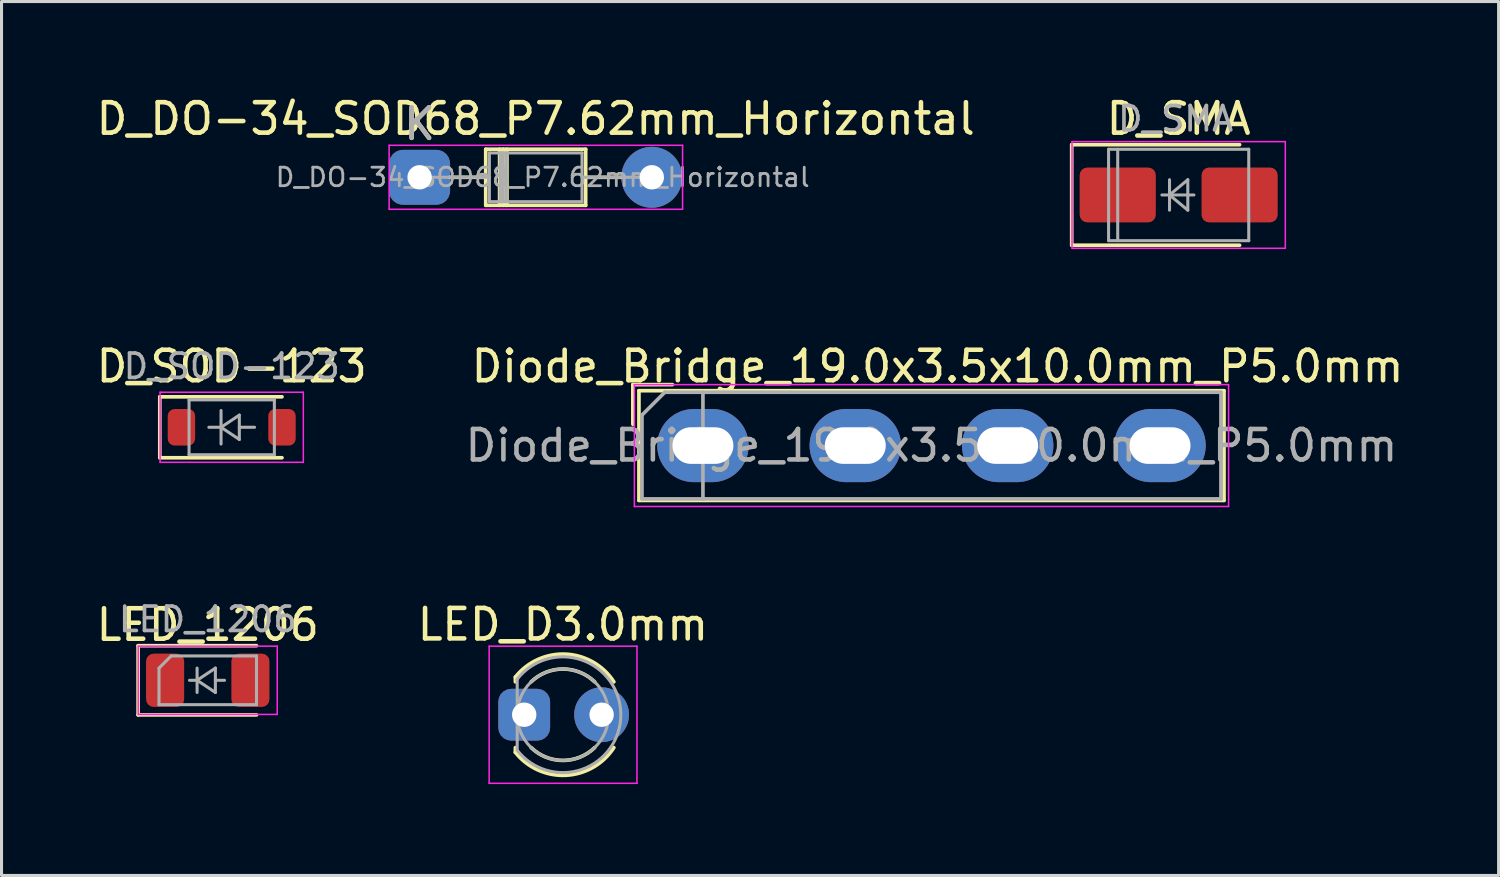
<source format=kicad_pcb>
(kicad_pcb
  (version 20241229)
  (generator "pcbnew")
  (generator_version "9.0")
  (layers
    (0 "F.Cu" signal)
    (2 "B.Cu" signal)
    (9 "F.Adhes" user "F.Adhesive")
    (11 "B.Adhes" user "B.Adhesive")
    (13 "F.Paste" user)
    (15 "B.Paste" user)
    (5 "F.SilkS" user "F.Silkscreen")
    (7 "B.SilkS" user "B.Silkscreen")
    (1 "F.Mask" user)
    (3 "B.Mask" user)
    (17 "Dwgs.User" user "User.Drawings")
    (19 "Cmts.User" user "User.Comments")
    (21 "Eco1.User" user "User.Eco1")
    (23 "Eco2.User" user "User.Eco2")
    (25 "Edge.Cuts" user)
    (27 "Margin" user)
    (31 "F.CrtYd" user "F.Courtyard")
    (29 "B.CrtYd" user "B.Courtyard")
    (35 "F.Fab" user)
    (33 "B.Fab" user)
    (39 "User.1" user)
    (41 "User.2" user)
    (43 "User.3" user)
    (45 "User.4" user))
  (footprint "D_SMA"
    (layer "F.Cu")
    (at 35.63 3.348)
    (property "Reference" "D_SMA" (at 0 -2.5 0) (layer "F.SilkS") (effects (font (size 1 1) (thickness 0.15))))
    (attr smd)
    (fp_line (start -3.51 -1.65) (end -3.51 1.65) (stroke (width 0.12) (type solid)) (layer "F.SilkS"))
    (fp_line (start -3.51 -1.65) (end 2 -1.65) (stroke (width 0.12) (type solid)) (layer "F.SilkS"))
    (fp_line (start -3.51 1.65) (end 2 1.65) (stroke (width 0.12) (type solid)) (layer "F.SilkS"))
    (fp_line (start -3.5 -1.75) (end 3.5 -1.75) (stroke (width 0.05) (type solid)) (layer "F.CrtYd"))
    (fp_line (start -3.5 1.75) (end -3.5 -1.75) (stroke (width 0.05) (type solid)) (layer "F.CrtYd"))
    (fp_line (start 3.5 -1.75) (end 3.5 1.75) (stroke (width 0.05) (type solid)) (layer "F.CrtYd"))
    (fp_line (start 3.5 1.75) (end -3.5 1.75) (stroke (width 0.05) (type solid)) (layer "F.CrtYd"))
    (fp_line (start -2.3 1.5) (end -2.3 -1.5) (stroke (width 0.1) (type solid)) (layer "F.Fab"))
    (fp_line (start -2 -1.5) (end -2 1.5) (stroke (width 0.1) (type default)) (layer "F.Fab"))
    (fp_line (start -0.55 0) (end 0.5 0) (stroke (width 0.1) (type default)) (layer "F.Fab"))
    (fp_line (start -0.3 -0.5) (end -0.3 0) (stroke (width 0.1) (type default)) (layer "F.Fab"))
    (fp_line (start -0.3 0) (end -0.3 0.5) (stroke (width 0.1) (type default)) (layer "F.Fab"))
    (fp_line (start -0.3 0) (end 0.3 -0.5) (stroke (width 0.1) (type default)) (layer "F.Fab"))
    (fp_line (start 0.3 -0.5) (end 0.3 0) (stroke (width 0.1) (type default)) (layer "F.Fab"))
    (fp_line (start 0.3 0) (end 0.3 0.5) (stroke (width 0.1) (type default)) (layer "F.Fab"))
    (fp_line (start 0.3 0.5) (end -0.3 0) (stroke (width 0.1) (type default)) (layer "F.Fab"))
    (fp_line (start 2.3 -1.5) (end -2.3 -1.5) (stroke (width 0.1) (type solid)) (layer "F.Fab"))
    (fp_line (start 2.3 -1.5) (end 2.3 1.5) (stroke (width 0.1) (type solid)) (layer "F.Fab"))
    (fp_line (start 2.3 1.5) (end -2.3 1.5) (stroke (width 0.1) (type solid)) (layer "F.Fab"))
    (fp_text user "${REFERENCE}" (at -0.1 -2.5 0) (layer "F.Fab") (effects (font (size 0.8 0.8) (thickness 0.12))))
    (pad "1" smd roundrect (at -2 0) (size 2.5 1.8) (layers "F.Cu" "F.Mask" "F.Paste") (roundrect_rratio 0.139))
    (pad "2" smd roundrect (at 2 0) (size 2.5 1.8) (layers "F.Cu" "F.Mask" "F.Paste") (roundrect_rratio 0.139)))
  (footprint "Diode_Bridge_19.0x3.5x10.0mm_P5.0mm"
    (layer "F.Cu")
    (at 20.018 11.572)
    (property "Reference" "Diode_Bridge_19.0x3.5x10.0mm_P5.0mm" (at 7.7 -2.6 180) (layer "F.SilkS") (effects (font (size 1 1) (thickness 0.15))))
    (attr through_hole)
    (fp_line (start -2.3 -2) (end -1 -2) (stroke (width 0.12) (type solid)) (layer "F.SilkS"))
    (fp_line (start -2.3 -0.7) (end -2.3 -2) (stroke (width 0.12) (type solid)) (layer "F.SilkS"))
    (fp_line (start -2.1 -1.8) (end 17.1 -1.8) (stroke (width 0.12) (type solid)) (layer "F.SilkS"))
    (fp_line (start -2.1 1.8) (end -2.1 -1.8) (stroke (width 0.12) (type solid)) (layer "F.SilkS"))
    (fp_line (start 17.1 -1.8) (end 17.1 1.8) (stroke (width 0.12) (type solid)) (layer "F.SilkS"))
    (fp_line (start 17.1 1.8) (end -2.1 1.8) (stroke (width 0.12) (type solid)) (layer "F.SilkS"))
    (fp_line (start -2.25 -2) (end -2.25 2) (stroke (width 0.05) (type solid)) (layer "F.CrtYd"))
    (fp_line (start -2.25 -2) (end 17.25 -2) (stroke (width 0.05) (type solid)) (layer "F.CrtYd"))
    (fp_line (start 17.25 2) (end -2.25 2) (stroke (width 0.05) (type solid)) (layer "F.CrtYd"))
    (fp_line (start 17.25 2) (end 17.25 -2) (stroke (width 0.05) (type solid)) (layer "F.CrtYd"))
    (fp_line (start -2 -1) (end -1.25 -1.75) (stroke (width 0.12) (type solid)) (layer "F.Fab"))
    (fp_line (start -2 1.75) (end -2 -1) (stroke (width 0.12) (type solid)) (layer "F.Fab"))
    (fp_line (start -1.25 -1.75) (end 17 -1.75) (stroke (width 0.12) (type solid)) (layer "F.Fab"))
    (fp_line (start 0 -1.75) (end 0 1.75) (stroke (width 0.12) (type solid)) (layer "F.Fab"))
    (fp_line (start 17 -1.75) (end 17 1.75) (stroke (width 0.12) (type solid)) (layer "F.Fab"))
    (fp_line (start 17 1.75) (end -2 1.75) (stroke (width 0.12) (type solid)) (layer "F.Fab"))
    (fp_text user "${REFERENCE}" (at 7.5 0 180) (layer "F.Fab") (effects (font (size 1 1) (thickness 0.15))))
    (pad "1" thru_hole oval (at 0 0) (size 3 2.4) (drill oval 2 1.2) (layers "*.Cu" "*.Mask"))
    (pad "2" thru_hole oval (at 5 0) (size 3 2.4) (drill oval 2 1.2) (layers "*.Cu" "*.Mask"))
    (pad "3" thru_hole oval (at 10 0) (size 3 2.4) (drill oval 2 1.2) (layers "*.Cu" "*.Mask"))
    (pad "4" thru_hole oval (at 15 0) (size 3 2.4) (drill oval 2 1.2) (layers "*.Cu" "*.Mask")))
  (footprint "LED_1206"
    (layer "F.Cu")
    (at 3.768 19.275)
    (property "Reference" "LED_1206" (at 0 -1.82 0) (layer "F.SilkS") (effects (font (size 1 1) (thickness 0.15))))
    (attr smd)
    (fp_line (start -2.285 -1.135) (end -2.285 1.135) (stroke (width 0.12) (type solid)) (layer "F.SilkS"))
    (fp_line (start -2.285 1.135) (end 1.6 1.135) (stroke (width 0.12) (type solid)) (layer "F.SilkS"))
    (fp_line (start 1.6 -1.135) (end -2.285 -1.135) (stroke (width 0.12) (type solid)) (layer "F.SilkS"))
    (fp_line (start -2.28 -1.12) (end 2.28 -1.12) (stroke (width 0.05) (type solid)) (layer "F.CrtYd"))
    (fp_line (start -2.28 1.12) (end -2.28 -1.12) (stroke (width 0.05) (type solid)) (layer "F.CrtYd"))
    (fp_line (start 2.28 -1.12) (end 2.28 1.12) (stroke (width 0.05) (type solid)) (layer "F.CrtYd"))
    (fp_line (start 2.28 1.12) (end -2.28 1.12) (stroke (width 0.05) (type solid)) (layer "F.CrtYd"))
    (fp_line (start -1.6 -0.4) (end -1.6 0.8) (stroke (width 0.1) (type solid)) (layer "F.Fab"))
    (fp_line (start -1.6 0.8) (end 1.6 0.8) (stroke (width 0.1) (type solid)) (layer "F.Fab"))
    (fp_line (start -1.2 -0.8) (end -1.6 -0.4) (stroke (width 0.1) (type solid)) (layer "F.Fab"))
    (fp_line (start -0.6 0) (end -0.35 0) (stroke (width 0.1) (type solid)) (layer "F.Fab"))
    (fp_line (start -0.35 0) (end -0.35 -0.4) (stroke (width 0.1) (type solid)) (layer "F.Fab"))
    (fp_line (start -0.35 0) (end -0.35 0.4) (stroke (width 0.1) (type solid)) (layer "F.Fab"))
    (fp_line (start -0.35 0) (end 0.25 -0.4) (stroke (width 0.1) (type solid)) (layer "F.Fab"))
    (fp_line (start 0.25 -0.4) (end 0.25 0.4) (stroke (width 0.1) (type solid)) (layer "F.Fab"))
    (fp_line (start 0.25 0) (end 0.55 0) (stroke (width 0.1) (type solid)) (layer "F.Fab"))
    (fp_line (start 0.25 0.4) (end -0.35 0) (stroke (width 0.1) (type solid)) (layer "F.Fab"))
    (fp_line (start 1.6 -0.8) (end -1.2 -0.8) (stroke (width 0.1) (type solid)) (layer "F.Fab"))
    (fp_line (start 1.6 0.8) (end 1.6 -0.8) (stroke (width 0.1) (type solid)) (layer "F.Fab"))
    (fp_text user "${REFERENCE}" (at 0 -2 0) (layer "F.Fab") (effects (font (size 0.8 0.8) (thickness 0.12))))
    (pad "1" smd roundrect (at -1.4 0) (size 1.25 1.75) (layers "F.Cu" "F.Mask" "F.Paste") (roundrect_rratio 0.2))
    (pad "2" smd roundrect (at 1.4 0) (size 1.25 1.75) (layers "F.Cu" "F.Mask" "F.Paste") (roundrect_rratio 0.2)))
  (footprint "LED_D3.0mm"
    (layer "F.Cu")
    (at 14.153 20.405)
    (property "Reference" "LED_D3.0mm" (at 1.27 -2.96 0) (layer "F.SilkS") (effects (font (size 1 1) (thickness 0.15))))
    (attr through_hole)
    (fp_line (start -0.29 -1.236) (end -0.29 -1.08) (stroke (width 0.12) (type solid)) (layer "F.SilkS"))
    (fp_line (start -0.29 1.08) (end -0.29 1.236) (stroke (width 0.12) (type solid)) (layer "F.SilkS"))
    (fp_arc (start -0.29 -1.235516) (mid 1.366487 -1.987659) (end 2.942335 -1.078608) (stroke (width 0.12) (type solid)) (layer "F.SilkS"))
    (fp_arc (start 0.229039 -1.08) (mid 1.270117 -1.5) (end 2.31113 -1.079837) (stroke (width 0.12) (type solid)) (layer "F.SilkS"))
    (fp_arc (start 2.31113 1.079837) (mid 1.270117 1.5) (end 0.229039 1.08) (stroke (width 0.12) (type solid)) (layer "F.SilkS"))
    (fp_arc (start 2.942335 1.078608) (mid 1.366487 1.987659) (end -0.29 1.235516) (stroke (width 0.12) (type solid)) (layer "F.SilkS"))
    (fp_line (start -1.15 -2.25) (end -1.15 2.25) (stroke (width 0.05) (type solid)) (layer "F.CrtYd"))
    (fp_line (start -1.15 2.25) (end 3.7 2.25) (stroke (width 0.05) (type solid)) (layer "F.CrtYd"))
    (fp_line (start 3.7 -2.25) (end -1.15 -2.25) (stroke (width 0.05) (type solid)) (layer "F.CrtYd"))
    (fp_line (start 3.7 2.25) (end 3.7 -2.25) (stroke (width 0.05) (type solid)) (layer "F.CrtYd"))
    (fp_line (start -0.23 -1.166) (end -0.23 1.166) (stroke (width 0.1) (type solid)) (layer "F.Fab"))
    (fp_arc (start -0.23 -1.16619) (mid 3.17 0.000452) (end -0.230555 1.165476) (stroke (width 0.1) (type solid)) (layer "F.Fab"))
    (fp_circle (center 1.27 0) (end 2.77 0) (stroke (width 0.1) (type solid)) (fill no) (layer "F.Fab"))
    (pad "1" thru_hole roundrect (at 0 0) (size 1.7 1.7) (drill 0.8) (layers "*.Cu" "*.Mask") (roundrect_rratio 0.25))
    (pad "2" thru_hole circle (at 2.54 0) (size 1.8 1.8) (drill 0.8) (layers "*.Cu" "*.Mask")))
  (footprint "D_SOD-123"
    (layer "F.Cu")
    (at 4.554 10.972)
    (property "Reference" "D_SOD-123" (at 0 -2 0) (layer "F.SilkS") (effects (font (size 1 1) (thickness 0.15))))
    (attr smd)
    (fp_line (start -2.36 -1) (end -2.36 1) (stroke (width 0.12) (type solid)) (layer "F.SilkS"))
    (fp_line (start -2.36 -1) (end 1.65 -1) (stroke (width 0.12) (type solid)) (layer "F.SilkS"))
    (fp_line (start -2.36 1) (end 1.65 1) (stroke (width 0.12) (type solid)) (layer "F.SilkS"))
    (fp_line (start -2.35 -1.15) (end -2.35 1.15) (stroke (width 0.05) (type solid)) (layer "F.CrtYd"))
    (fp_line (start -2.35 -1.15) (end 2.35 -1.15) (stroke (width 0.05) (type solid)) (layer "F.CrtYd"))
    (fp_line (start 2.35 -1.15) (end 2.35 1.15) (stroke (width 0.05) (type solid)) (layer "F.CrtYd"))
    (fp_line (start 2.35 1.15) (end -2.35 1.15) (stroke (width 0.05) (type solid)) (layer "F.CrtYd"))
    (fp_line (start -1.4 -0.9) (end 1.4 -0.9) (stroke (width 0.1) (type solid)) (layer "F.Fab"))
    (fp_line (start -1.4 0.9) (end -1.4 -0.9) (stroke (width 0.1) (type solid)) (layer "F.Fab"))
    (fp_line (start -0.75 0) (end -0.35 0) (stroke (width 0.1) (type solid)) (layer "F.Fab"))
    (fp_line (start -0.35 0) (end -0.35 -0.55) (stroke (width 0.1) (type solid)) (layer "F.Fab"))
    (fp_line (start -0.35 0) (end -0.35 0.55) (stroke (width 0.1) (type solid)) (layer "F.Fab"))
    (fp_line (start -0.35 0) (end 0.25 -0.4) (stroke (width 0.1) (type solid)) (layer "F.Fab"))
    (fp_line (start 0.25 -0.4) (end 0.25 0.4) (stroke (width 0.1) (type solid)) (layer "F.Fab"))
    (fp_line (start 0.25 0) (end 0.75 0) (stroke (width 0.1) (type solid)) (layer "F.Fab"))
    (fp_line (start 0.25 0.4) (end -0.35 0) (stroke (width 0.1) (type solid)) (layer "F.Fab"))
    (fp_line (start 1.4 -0.9) (end 1.4 0.9) (stroke (width 0.1) (type solid)) (layer "F.Fab"))
    (fp_line (start 1.4 0.9) (end -1.4 0.9) (stroke (width 0.1) (type solid)) (layer "F.Fab"))
    (fp_text user "${REFERENCE}" (at 0 -2 0) (layer "F.Fab") (effects (font (size 0.8 0.8) (thickness 0.12))))
    (pad "1" smd roundrect (at -1.65 0) (size 0.9 1.2) (layers "F.Cu" "F.Mask" "F.Paste") (roundrect_rratio 0.25))
    (pad "2" smd roundrect (at 1.65 0) (size 0.9 1.2) (layers "F.Cu" "F.Mask" "F.Paste") (roundrect_rratio 0.25)))
  (footprint "D_DO-34_SOD68_P7.62mm_Horizontal"
    (layer "F.Cu")
    (at 10.72 2.768)
    (property "Reference" "D_DO-34_SOD68_P7.62mm_Horizontal" (at 3.81 -1.92 0) (layer "F.SilkS") (effects (font (size 1 1) (thickness 0.15))))
    (attr through_hole)
    (fp_line (start 0.99 0) (end 2.17 0) (stroke (width 0.12) (type solid)) (layer "F.SilkS"))
    (fp_line (start 2.17 -0.92) (end 2.17 0.92) (stroke (width 0.12) (type solid)) (layer "F.SilkS"))
    (fp_line (start 2.17 0.92) (end 5.45 0.92) (stroke (width 0.12) (type solid)) (layer "F.SilkS"))
    (fp_line (start 2.626 -0.92) (end 2.626 0.92) (stroke (width 0.12) (type solid)) (layer "F.SilkS"))
    (fp_line (start 2.746 -0.92) (end 2.746 0.92) (stroke (width 0.12) (type solid)) (layer "F.SilkS"))
    (fp_line (start 2.866 -0.92) (end 2.866 0.92) (stroke (width 0.12) (type solid)) (layer "F.SilkS"))
    (fp_line (start 5.45 -0.92) (end 2.17 -0.92) (stroke (width 0.12) (type solid)) (layer "F.SilkS"))
    (fp_line (start 5.45 0.92) (end 5.45 -0.92) (stroke (width 0.12) (type solid)) (layer "F.SilkS"))
    (fp_line (start 6.63 0) (end 5.45 0) (stroke (width 0.12) (type solid)) (layer "F.SilkS"))
    (fp_line (start -1 -1.05) (end -1 1.05) (stroke (width 0.05) (type solid)) (layer "F.CrtYd"))
    (fp_line (start -1 1.05) (end 8.63 1.05) (stroke (width 0.05) (type solid)) (layer "F.CrtYd"))
    (fp_line (start 8.63 -1.05) (end -1 -1.05) (stroke (width 0.05) (type solid)) (layer "F.CrtYd"))
    (fp_line (start 8.63 1.05) (end 8.63 -1.05) (stroke (width 0.05) (type solid)) (layer "F.CrtYd"))
    (fp_line (start 0 0) (end 2.29 0) (stroke (width 0.1) (type solid)) (layer "F.Fab"))
    (fp_line (start 2.29 -0.8) (end 2.29 0.8) (stroke (width 0.1) (type solid)) (layer "F.Fab"))
    (fp_line (start 2.29 0.8) (end 5.33 0.8) (stroke (width 0.1) (type solid)) (layer "F.Fab"))
    (fp_line (start 2.646 -0.8) (end 2.646 0.8) (stroke (width 0.1) (type solid)) (layer "F.Fab"))
    (fp_line (start 2.746 -0.8) (end 2.746 0.8) (stroke (width 0.1) (type solid)) (layer "F.Fab"))
    (fp_line (start 2.846 -0.8) (end 2.846 0.8) (stroke (width 0.1) (type solid)) (layer "F.Fab"))
    (fp_line (start 5.33 -0.8) (end 2.29 -0.8) (stroke (width 0.1) (type solid)) (layer "F.Fab"))
    (fp_line (start 5.33 0.8) (end 5.33 -0.8) (stroke (width 0.1) (type solid)) (layer "F.Fab"))
    (fp_line (start 7.62 0) (end 5.33 0) (stroke (width 0.1) (type solid)) (layer "F.Fab"))
    (fp_text user "K" (at 0 -1.75 0) (layer "F.SilkS") (effects (font (size 1 1) (thickness 0.15))))
    (fp_text user "${REFERENCE}" (at 4.038 0 0) (layer "F.Fab") (effects (font (size 0.608 0.608) (thickness 0.091))))
    (fp_text user "K" (at 0 -1.75 0) (layer "F.Fab") (effects (font (size 1 1) (thickness 0.15))))
    (pad "1" thru_hole roundrect (at 0 0) (size 2 1.8) (drill 0.8) (layers "*.Cu" "*.Mask") (roundrect_rratio 0.25))
    (pad "2" thru_hole circle (at 7.62 0) (size 2 2) (drill 0.8) (layers "*.Cu" "*.Mask")))
  (gr_rect
    (start -3 -3)
    (end 46.129 25.68)
    (stroke (width 0.1) (type default))
    (fill no)
    (layer "Edge.Cuts")))
</source>
